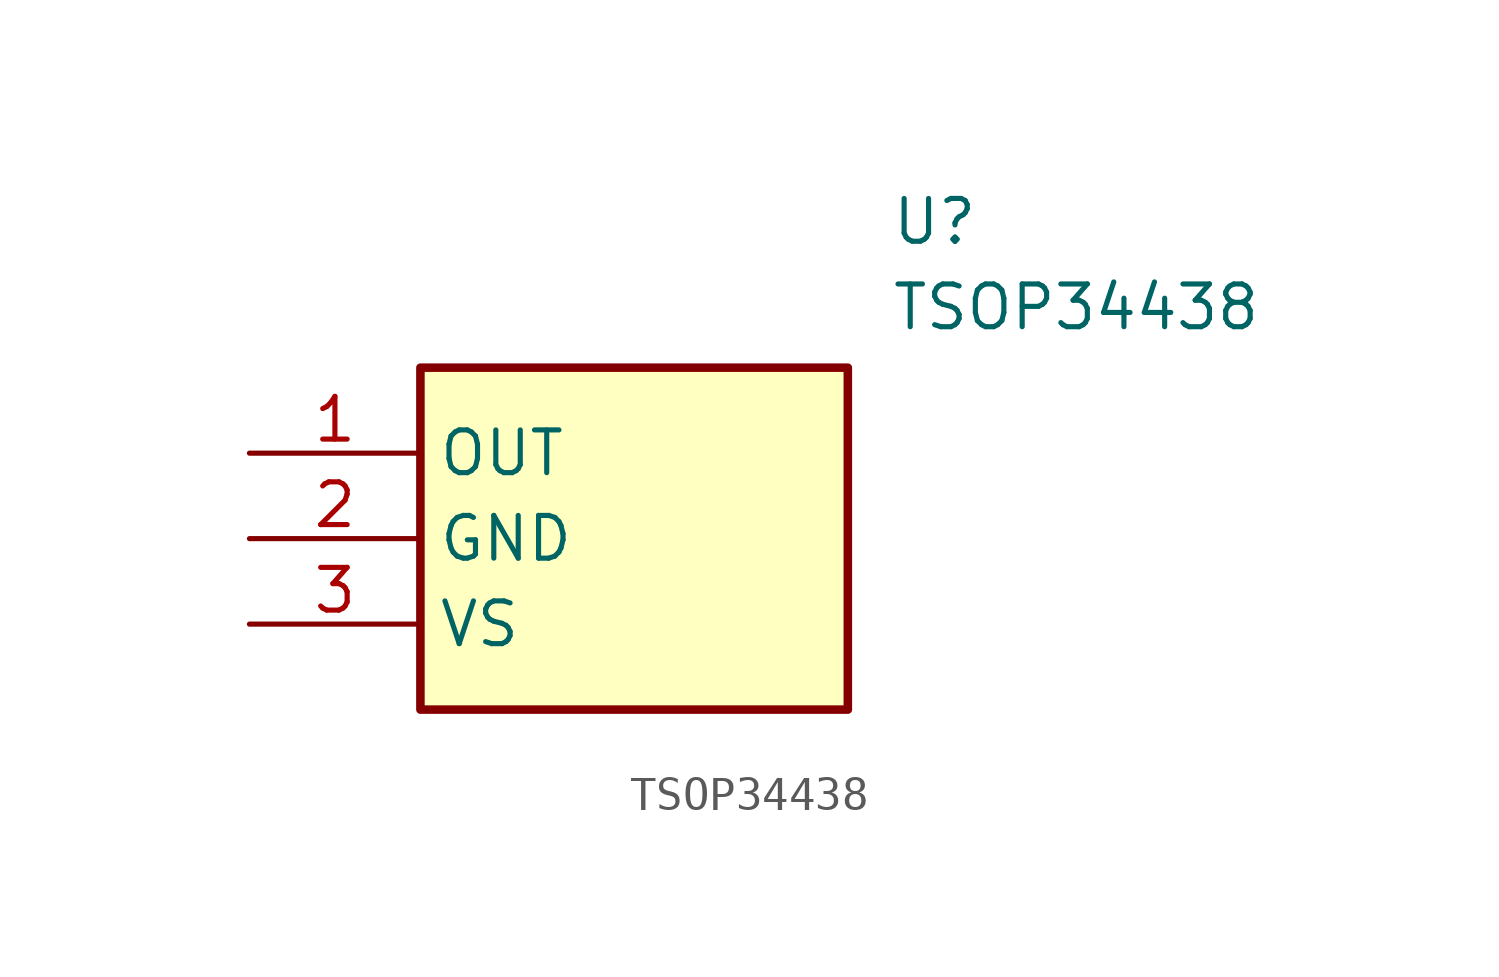
<source format=kicad_sym>
(kicad_symbol_lib
  (version 20211014)
  (generator SamacSys_ECAD_Model)
  (symbol "TSOP34438"
    (property "Reference" "U"
      (at 19.05 7.62 0)
      (effects (font (size 1.27 1.27)) (justify left top)))
    (property "Value" "TSOP34438"
      (at 19.05 5.08 0)
      (effects (font (size 1.27 1.27)) (justify left top)))
    (rectangle
      (start 5.08 2.54)
      (end 17.78 -7.62)
      (stroke (width 0.254) (type default))
      (fill (type background)))
    (pin passive line
      (at 0 0 0)
      (length 5.08)
      (name "OUT" (effects (font (size 1.27 1.27))))
      (number "1" (effects (font (size 1.27 1.27)))))
    (pin passive line
      (at 0 -2.54 0)
      (length 5.08)
      (name "GND" (effects (font (size 1.27 1.27))))
      (number "2" (effects (font (size 1.27 1.27)))))
    (pin passive line
      (at 0 -5.08 0)
      (length 5.08)
      (name "VS" (effects (font (size 1.27 1.27))))
      (number "3" (effects (font (size 1.27 1.27)))))))
</source>
